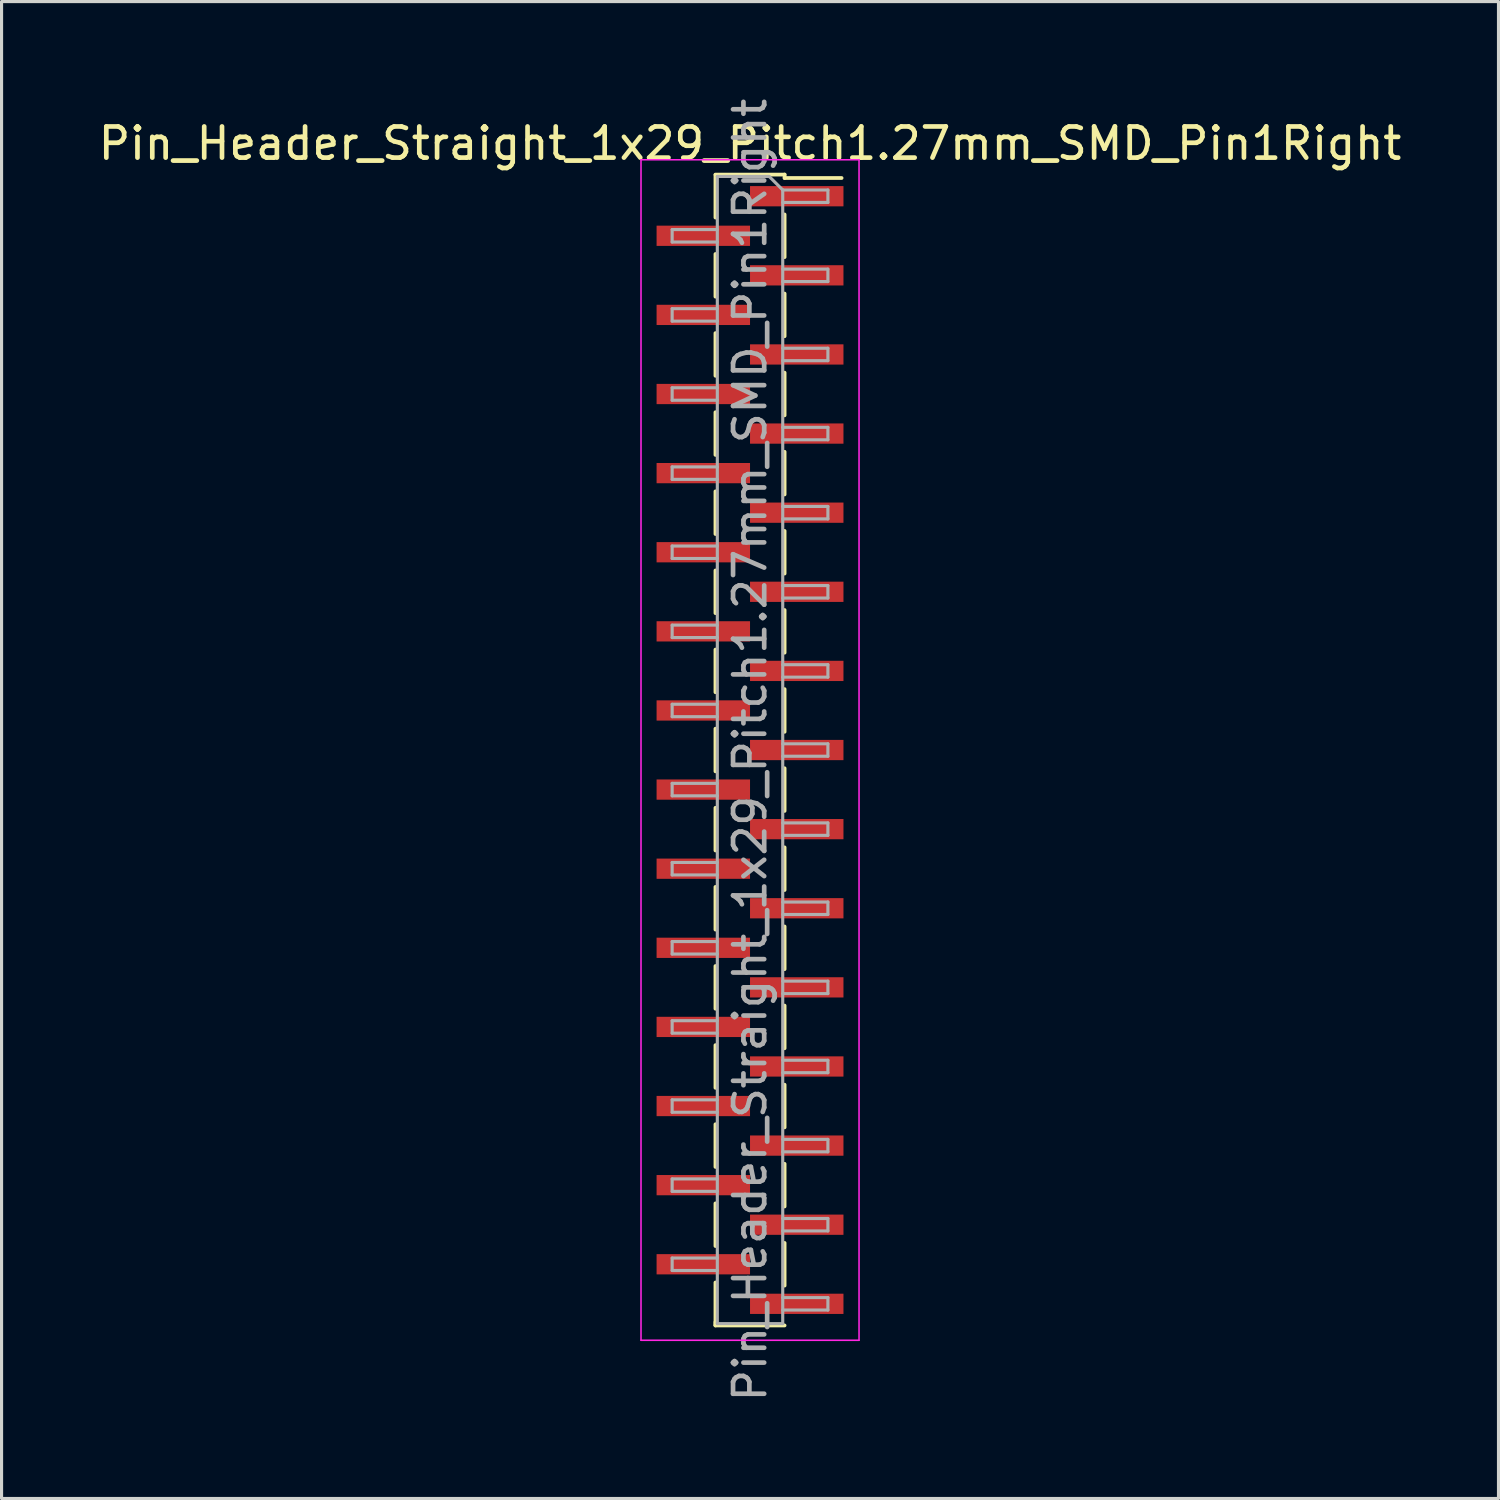
<source format=kicad_pcb>
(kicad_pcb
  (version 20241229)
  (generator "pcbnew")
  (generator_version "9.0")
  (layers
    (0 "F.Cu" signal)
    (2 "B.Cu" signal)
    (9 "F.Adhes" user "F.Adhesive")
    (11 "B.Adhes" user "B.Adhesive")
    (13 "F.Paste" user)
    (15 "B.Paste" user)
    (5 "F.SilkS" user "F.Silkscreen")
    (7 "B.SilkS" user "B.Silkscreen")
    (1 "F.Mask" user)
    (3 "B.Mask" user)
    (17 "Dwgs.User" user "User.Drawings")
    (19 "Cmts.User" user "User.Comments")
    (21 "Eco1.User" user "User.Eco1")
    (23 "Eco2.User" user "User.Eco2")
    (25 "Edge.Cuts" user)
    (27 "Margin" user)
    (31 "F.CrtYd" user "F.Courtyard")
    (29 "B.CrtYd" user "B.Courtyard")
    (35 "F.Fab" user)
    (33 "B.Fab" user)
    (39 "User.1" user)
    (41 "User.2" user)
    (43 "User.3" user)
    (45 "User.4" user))
  (footprint "Pin_Header_Straight_1x29_Pitch1.27mm_SMD_Pin1Right"
    (layer "F.Cu")
    (at 21.03 21.03)
    (property "Reference" "Pin_Header_Straight_1x29_Pitch1.27mm_SMD_Pin1Right" (at 0 -19.475 0) (layer "F.SilkS") (effects (font (size 1 1) (thickness 0.15))))
    (attr smd)
    (fp_line (start -1.11 -18.475) (end 1.11 -18.475) (stroke (width 0.12) (type solid)) (layer "F.SilkS"))
    (fp_line (start -1.11 -18.465) (end -1.11 -17.095) (stroke (width 0.12) (type solid)) (layer "F.SilkS"))
    (fp_line (start -1.11 -15.925) (end -1.11 -14.555) (stroke (width 0.12) (type solid)) (layer "F.SilkS"))
    (fp_line (start -1.11 -13.385) (end -1.11 -12.015) (stroke (width 0.12) (type solid)) (layer "F.SilkS"))
    (fp_line (start -1.11 -10.845) (end -1.11 -9.475) (stroke (width 0.12) (type solid)) (layer "F.SilkS"))
    (fp_line (start -1.11 -8.305) (end -1.11 -6.935) (stroke (width 0.12) (type solid)) (layer "F.SilkS"))
    (fp_line (start -1.11 -5.765) (end -1.11 -4.395) (stroke (width 0.12) (type solid)) (layer "F.SilkS"))
    (fp_line (start -1.11 -3.225) (end -1.11 -1.855) (stroke (width 0.12) (type solid)) (layer "F.SilkS"))
    (fp_line (start -1.11 -0.685) (end -1.11 0.685) (stroke (width 0.12) (type solid)) (layer "F.SilkS"))
    (fp_line (start -1.11 1.855) (end -1.11 3.225) (stroke (width 0.12) (type solid)) (layer "F.SilkS"))
    (fp_line (start -1.11 4.395) (end -1.11 5.765) (stroke (width 0.12) (type solid)) (layer "F.SilkS"))
    (fp_line (start -1.11 6.935) (end -1.11 8.305) (stroke (width 0.12) (type solid)) (layer "F.SilkS"))
    (fp_line (start -1.11 9.475) (end -1.11 10.845) (stroke (width 0.12) (type solid)) (layer "F.SilkS"))
    (fp_line (start -1.11 12.015) (end -1.11 13.385) (stroke (width 0.12) (type solid)) (layer "F.SilkS"))
    (fp_line (start -1.11 14.555) (end -1.11 15.925) (stroke (width 0.12) (type solid)) (layer "F.SilkS"))
    (fp_line (start -1.11 17.095) (end -1.11 18.465) (stroke (width 0.12) (type solid)) (layer "F.SilkS"))
    (fp_line (start -1.11 18.365) (end -1.11 18.475) (stroke (width 0.12) (type solid)) (layer "F.SilkS"))
    (fp_line (start -1.11 18.475) (end 1.11 18.475) (stroke (width 0.12) (type solid)) (layer "F.SilkS"))
    (fp_line (start 1.11 -18.475) (end 1.11 -18.365) (stroke (width 0.12) (type solid)) (layer "F.SilkS"))
    (fp_line (start 1.11 -18.365) (end 2.94 -18.365) (stroke (width 0.12) (type solid)) (layer "F.SilkS"))
    (fp_line (start 1.11 -17.195) (end 1.11 -15.825) (stroke (width 0.12) (type solid)) (layer "F.SilkS"))
    (fp_line (start 1.11 -14.655) (end 1.11 -13.285) (stroke (width 0.12) (type solid)) (layer "F.SilkS"))
    (fp_line (start 1.11 -12.115) (end 1.11 -10.745) (stroke (width 0.12) (type solid)) (layer "F.SilkS"))
    (fp_line (start 1.11 -9.575) (end 1.11 -8.205) (stroke (width 0.12) (type solid)) (layer "F.SilkS"))
    (fp_line (start 1.11 -7.035) (end 1.11 -5.665) (stroke (width 0.12) (type solid)) (layer "F.SilkS"))
    (fp_line (start 1.11 -4.495) (end 1.11 -3.125) (stroke (width 0.12) (type solid)) (layer "F.SilkS"))
    (fp_line (start 1.11 -1.955) (end 1.11 -0.585) (stroke (width 0.12) (type solid)) (layer "F.SilkS"))
    (fp_line (start 1.11 0.585) (end 1.11 1.955) (stroke (width 0.12) (type solid)) (layer "F.SilkS"))
    (fp_line (start 1.11 3.125) (end 1.11 4.495) (stroke (width 0.12) (type solid)) (layer "F.SilkS"))
    (fp_line (start 1.11 5.665) (end 1.11 7.035) (stroke (width 0.12) (type solid)) (layer "F.SilkS"))
    (fp_line (start 1.11 8.205) (end 1.11 9.575) (stroke (width 0.12) (type solid)) (layer "F.SilkS"))
    (fp_line (start 1.11 10.745) (end 1.11 12.115) (stroke (width 0.12) (type solid)) (layer "F.SilkS"))
    (fp_line (start 1.11 13.285) (end 1.11 14.655) (stroke (width 0.12) (type solid)) (layer "F.SilkS"))
    (fp_line (start 1.11 15.825) (end 1.11 17.195) (stroke (width 0.12) (type solid)) (layer "F.SilkS"))
    (fp_line (start -3.5 -18.95) (end -3.5 18.95) (stroke (width 0.05) (type solid)) (layer "F.CrtYd"))
    (fp_line (start -3.5 18.95) (end 3.5 18.95) (stroke (width 0.05) (type solid)) (layer "F.CrtYd"))
    (fp_line (start 3.5 -18.95) (end -3.5 -18.95) (stroke (width 0.05) (type solid)) (layer "F.CrtYd"))
    (fp_line (start 3.5 18.95) (end 3.5 -18.95) (stroke (width 0.05) (type solid)) (layer "F.CrtYd"))
    (fp_line (start -2.5 -16.71) (end -2.5 -16.31) (stroke (width 0.1) (type solid)) (layer "F.Fab"))
    (fp_line (start -2.5 -16.31) (end -1.05 -16.31) (stroke (width 0.1) (type solid)) (layer "F.Fab"))
    (fp_line (start -2.5 -14.17) (end -2.5 -13.77) (stroke (width 0.1) (type solid)) (layer "F.Fab"))
    (fp_line (start -2.5 -13.77) (end -1.05 -13.77) (stroke (width 0.1) (type solid)) (layer "F.Fab"))
    (fp_line (start -2.5 -11.63) (end -2.5 -11.23) (stroke (width 0.1) (type solid)) (layer "F.Fab"))
    (fp_line (start -2.5 -11.23) (end -1.05 -11.23) (stroke (width 0.1) (type solid)) (layer "F.Fab"))
    (fp_line (start -2.5 -9.09) (end -2.5 -8.69) (stroke (width 0.1) (type solid)) (layer "F.Fab"))
    (fp_line (start -2.5 -8.69) (end -1.05 -8.69) (stroke (width 0.1) (type solid)) (layer "F.Fab"))
    (fp_line (start -2.5 -6.55) (end -2.5 -6.15) (stroke (width 0.1) (type solid)) (layer "F.Fab"))
    (fp_line (start -2.5 -6.15) (end -1.05 -6.15) (stroke (width 0.1) (type solid)) (layer "F.Fab"))
    (fp_line (start -2.5 -4.01) (end -2.5 -3.61) (stroke (width 0.1) (type solid)) (layer "F.Fab"))
    (fp_line (start -2.5 -3.61) (end -1.05 -3.61) (stroke (width 0.1) (type solid)) (layer "F.Fab"))
    (fp_line (start -2.5 -1.47) (end -2.5 -1.07) (stroke (width 0.1) (type solid)) (layer "F.Fab"))
    (fp_line (start -2.5 -1.07) (end -1.05 -1.07) (stroke (width 0.1) (type solid)) (layer "F.Fab"))
    (fp_line (start -2.5 1.07) (end -2.5 1.47) (stroke (width 0.1) (type solid)) (layer "F.Fab"))
    (fp_line (start -2.5 1.47) (end -1.05 1.47) (stroke (width 0.1) (type solid)) (layer "F.Fab"))
    (fp_line (start -2.5 3.61) (end -2.5 4.01) (stroke (width 0.1) (type solid)) (layer "F.Fab"))
    (fp_line (start -2.5 4.01) (end -1.05 4.01) (stroke (width 0.1) (type solid)) (layer "F.Fab"))
    (fp_line (start -2.5 6.15) (end -2.5 6.55) (stroke (width 0.1) (type solid)) (layer "F.Fab"))
    (fp_line (start -2.5 6.55) (end -1.05 6.55) (stroke (width 0.1) (type solid)) (layer "F.Fab"))
    (fp_line (start -2.5 8.69) (end -2.5 9.09) (stroke (width 0.1) (type solid)) (layer "F.Fab"))
    (fp_line (start -2.5 9.09) (end -1.05 9.09) (stroke (width 0.1) (type solid)) (layer "F.Fab"))
    (fp_line (start -2.5 11.23) (end -2.5 11.63) (stroke (width 0.1) (type solid)) (layer "F.Fab"))
    (fp_line (start -2.5 11.63) (end -1.05 11.63) (stroke (width 0.1) (type solid)) (layer "F.Fab"))
    (fp_line (start -2.5 13.77) (end -2.5 14.17) (stroke (width 0.1) (type solid)) (layer "F.Fab"))
    (fp_line (start -2.5 14.17) (end -1.05 14.17) (stroke (width 0.1) (type solid)) (layer "F.Fab"))
    (fp_line (start -2.5 16.31) (end -2.5 16.71) (stroke (width 0.1) (type solid)) (layer "F.Fab"))
    (fp_line (start -2.5 16.71) (end -1.05 16.71) (stroke (width 0.1) (type solid)) (layer "F.Fab"))
    (fp_line (start -1.05 -18.415) (end -1.05 18.415) (stroke (width 0.1) (type solid)) (layer "F.Fab"))
    (fp_line (start -1.05 -18.415) (end 0.615 -18.415) (stroke (width 0.1) (type solid)) (layer "F.Fab"))
    (fp_line (start -1.05 -16.71) (end -2.5 -16.71) (stroke (width 0.1) (type solid)) (layer "F.Fab"))
    (fp_line (start -1.05 -14.17) (end -2.5 -14.17) (stroke (width 0.1) (type solid)) (layer "F.Fab"))
    (fp_line (start -1.05 -11.63) (end -2.5 -11.63) (stroke (width 0.1) (type solid)) (layer "F.Fab"))
    (fp_line (start -1.05 -9.09) (end -2.5 -9.09) (stroke (width 0.1) (type solid)) (layer "F.Fab"))
    (fp_line (start -1.05 -6.55) (end -2.5 -6.55) (stroke (width 0.1) (type solid)) (layer "F.Fab"))
    (fp_line (start -1.05 -4.01) (end -2.5 -4.01) (stroke (width 0.1) (type solid)) (layer "F.Fab"))
    (fp_line (start -1.05 -1.47) (end -2.5 -1.47) (stroke (width 0.1) (type solid)) (layer "F.Fab"))
    (fp_line (start -1.05 1.07) (end -2.5 1.07) (stroke (width 0.1) (type solid)) (layer "F.Fab"))
    (fp_line (start -1.05 3.61) (end -2.5 3.61) (stroke (width 0.1) (type solid)) (layer "F.Fab"))
    (fp_line (start -1.05 6.15) (end -2.5 6.15) (stroke (width 0.1) (type solid)) (layer "F.Fab"))
    (fp_line (start -1.05 8.69) (end -2.5 8.69) (stroke (width 0.1) (type solid)) (layer "F.Fab"))
    (fp_line (start -1.05 11.23) (end -2.5 11.23) (stroke (width 0.1) (type solid)) (layer "F.Fab"))
    (fp_line (start -1.05 13.77) (end -2.5 13.77) (stroke (width 0.1) (type solid)) (layer "F.Fab"))
    (fp_line (start -1.05 16.31) (end -2.5 16.31) (stroke (width 0.1) (type solid)) (layer "F.Fab"))
    (fp_line (start 1.05 -17.98) (end 0.615 -18.415) (stroke (width 0.1) (type solid)) (layer "F.Fab"))
    (fp_line (start 1.05 -17.98) (end 2.5 -17.98) (stroke (width 0.1) (type solid)) (layer "F.Fab"))
    (fp_line (start 1.05 -15.44) (end 2.5 -15.44) (stroke (width 0.1) (type solid)) (layer "F.Fab"))
    (fp_line (start 1.05 -12.9) (end 2.5 -12.9) (stroke (width 0.1) (type solid)) (layer "F.Fab"))
    (fp_line (start 1.05 -10.36) (end 2.5 -10.36) (stroke (width 0.1) (type solid)) (layer "F.Fab"))
    (fp_line (start 1.05 -7.82) (end 2.5 -7.82) (stroke (width 0.1) (type solid)) (layer "F.Fab"))
    (fp_line (start 1.05 -5.28) (end 2.5 -5.28) (stroke (width 0.1) (type solid)) (layer "F.Fab"))
    (fp_line (start 1.05 -2.74) (end 2.5 -2.74) (stroke (width 0.1) (type solid)) (layer "F.Fab"))
    (fp_line (start 1.05 -0.2) (end 2.5 -0.2) (stroke (width 0.1) (type solid)) (layer "F.Fab"))
    (fp_line (start 1.05 2.34) (end 2.5 2.34) (stroke (width 0.1) (type solid)) (layer "F.Fab"))
    (fp_line (start 1.05 4.88) (end 2.5 4.88) (stroke (width 0.1) (type solid)) (layer "F.Fab"))
    (fp_line (start 1.05 7.42) (end 2.5 7.42) (stroke (width 0.1) (type solid)) (layer "F.Fab"))
    (fp_line (start 1.05 9.96) (end 2.5 9.96) (stroke (width 0.1) (type solid)) (layer "F.Fab"))
    (fp_line (start 1.05 12.5) (end 2.5 12.5) (stroke (width 0.1) (type solid)) (layer "F.Fab"))
    (fp_line (start 1.05 15.04) (end 2.5 15.04) (stroke (width 0.1) (type solid)) (layer "F.Fab"))
    (fp_line (start 1.05 17.58) (end 2.5 17.58) (stroke (width 0.1) (type solid)) (layer "F.Fab"))
    (fp_line (start 1.05 18.415) (end -1.05 18.415) (stroke (width 0.1) (type solid)) (layer "F.Fab"))
    (fp_line (start 1.05 18.415) (end 1.05 -17.98) (stroke (width 0.1) (type solid)) (layer "F.Fab"))
    (fp_line (start 2.5 -17.98) (end 2.5 -17.58) (stroke (width 0.1) (type solid)) (layer "F.Fab"))
    (fp_line (start 2.5 -17.58) (end 1.05 -17.58) (stroke (width 0.1) (type solid)) (layer "F.Fab"))
    (fp_line (start 2.5 -15.44) (end 2.5 -15.04) (stroke (width 0.1) (type solid)) (layer "F.Fab"))
    (fp_line (start 2.5 -15.04) (end 1.05 -15.04) (stroke (width 0.1) (type solid)) (layer "F.Fab"))
    (fp_line (start 2.5 -12.9) (end 2.5 -12.5) (stroke (width 0.1) (type solid)) (layer "F.Fab"))
    (fp_line (start 2.5 -12.5) (end 1.05 -12.5) (stroke (width 0.1) (type solid)) (layer "F.Fab"))
    (fp_line (start 2.5 -10.36) (end 2.5 -9.96) (stroke (width 0.1) (type solid)) (layer "F.Fab"))
    (fp_line (start 2.5 -9.96) (end 1.05 -9.96) (stroke (width 0.1) (type solid)) (layer "F.Fab"))
    (fp_line (start 2.5 -7.82) (end 2.5 -7.42) (stroke (width 0.1) (type solid)) (layer "F.Fab"))
    (fp_line (start 2.5 -7.42) (end 1.05 -7.42) (stroke (width 0.1) (type solid)) (layer "F.Fab"))
    (fp_line (start 2.5 -5.28) (end 2.5 -4.88) (stroke (width 0.1) (type solid)) (layer "F.Fab"))
    (fp_line (start 2.5 -4.88) (end 1.05 -4.88) (stroke (width 0.1) (type solid)) (layer "F.Fab"))
    (fp_line (start 2.5 -2.74) (end 2.5 -2.34) (stroke (width 0.1) (type solid)) (layer "F.Fab"))
    (fp_line (start 2.5 -2.34) (end 1.05 -2.34) (stroke (width 0.1) (type solid)) (layer "F.Fab"))
    (fp_line (start 2.5 -0.2) (end 2.5 0.2) (stroke (width 0.1) (type solid)) (layer "F.Fab"))
    (fp_line (start 2.5 0.2) (end 1.05 0.2) (stroke (width 0.1) (type solid)) (layer "F.Fab"))
    (fp_line (start 2.5 2.34) (end 2.5 2.74) (stroke (width 0.1) (type solid)) (layer "F.Fab"))
    (fp_line (start 2.5 2.74) (end 1.05 2.74) (stroke (width 0.1) (type solid)) (layer "F.Fab"))
    (fp_line (start 2.5 4.88) (end 2.5 5.28) (stroke (width 0.1) (type solid)) (layer "F.Fab"))
    (fp_line (start 2.5 5.28) (end 1.05 5.28) (stroke (width 0.1) (type solid)) (layer "F.Fab"))
    (fp_line (start 2.5 7.42) (end 2.5 7.82) (stroke (width 0.1) (type solid)) (layer "F.Fab"))
    (fp_line (start 2.5 7.82) (end 1.05 7.82) (stroke (width 0.1) (type solid)) (layer "F.Fab"))
    (fp_line (start 2.5 9.96) (end 2.5 10.36) (stroke (width 0.1) (type solid)) (layer "F.Fab"))
    (fp_line (start 2.5 10.36) (end 1.05 10.36) (stroke (width 0.1) (type solid)) (layer "F.Fab"))
    (fp_line (start 2.5 12.5) (end 2.5 12.9) (stroke (width 0.1) (type solid)) (layer "F.Fab"))
    (fp_line (start 2.5 12.9) (end 1.05 12.9) (stroke (width 0.1) (type solid)) (layer "F.Fab"))
    (fp_line (start 2.5 15.04) (end 2.5 15.44) (stroke (width 0.1) (type solid)) (layer "F.Fab"))
    (fp_line (start 2.5 15.44) (end 1.05 15.44) (stroke (width 0.1) (type solid)) (layer "F.Fab"))
    (fp_line (start 2.5 17.58) (end 2.5 17.98) (stroke (width 0.1) (type solid)) (layer "F.Fab"))
    (fp_line (start 2.5 17.98) (end 1.05 17.98) (stroke (width 0.1) (type solid)) (layer "F.Fab"))
    (fp_text user "${REFERENCE}" (at 0 0 90) (layer "F.Fab") (effects (font (size 1 1) (thickness 0.15))))
    (pad "1" smd rect (at 1.5 -17.78) (size 3 0.65) (layers "F.Cu" "F.Mask" "F.Paste"))
    (pad "2" smd rect (at -1.5 -16.51) (size 3 0.65) (layers "F.Cu" "F.Mask" "F.Paste"))
    (pad "3" smd rect (at 1.5 -15.24) (size 3 0.65) (layers "F.Cu" "F.Mask" "F.Paste"))
    (pad "4" smd rect (at -1.5 -13.97) (size 3 0.65) (layers "F.Cu" "F.Mask" "F.Paste"))
    (pad "5" smd rect (at 1.5 -12.7) (size 3 0.65) (layers "F.Cu" "F.Mask" "F.Paste"))
    (pad "6" smd rect (at -1.5 -11.43) (size 3 0.65) (layers "F.Cu" "F.Mask" "F.Paste"))
    (pad "7" smd rect (at 1.5 -10.16) (size 3 0.65) (layers "F.Cu" "F.Mask" "F.Paste"))
    (pad "8" smd rect (at -1.5 -8.89) (size 3 0.65) (layers "F.Cu" "F.Mask" "F.Paste"))
    (pad "9" smd rect (at 1.5 -7.62) (size 3 0.65) (layers "F.Cu" "F.Mask" "F.Paste"))
    (pad "10" smd rect (at -1.5 -6.35) (size 3 0.65) (layers "F.Cu" "F.Mask" "F.Paste"))
    (pad "11" smd rect (at 1.5 -5.08) (size 3 0.65) (layers "F.Cu" "F.Mask" "F.Paste"))
    (pad "12" smd rect (at -1.5 -3.81) (size 3 0.65) (layers "F.Cu" "F.Mask" "F.Paste"))
    (pad "13" smd rect (at 1.5 -2.54) (size 3 0.65) (layers "F.Cu" "F.Mask" "F.Paste"))
    (pad "14" smd rect (at -1.5 -1.27) (size 3 0.65) (layers "F.Cu" "F.Mask" "F.Paste"))
    (pad "15" smd rect (at 1.5 0) (size 3 0.65) (layers "F.Cu" "F.Mask" "F.Paste"))
    (pad "16" smd rect (at -1.5 1.27) (size 3 0.65) (layers "F.Cu" "F.Mask" "F.Paste"))
    (pad "17" smd rect (at 1.5 2.54) (size 3 0.65) (layers "F.Cu" "F.Mask" "F.Paste"))
    (pad "18" smd rect (at -1.5 3.81) (size 3 0.65) (layers "F.Cu" "F.Mask" "F.Paste"))
    (pad "19" smd rect (at 1.5 5.08) (size 3 0.65) (layers "F.Cu" "F.Mask" "F.Paste"))
    (pad "20" smd rect (at -1.5 6.35) (size 3 0.65) (layers "F.Cu" "F.Mask" "F.Paste"))
    (pad "21" smd rect (at 1.5 7.62) (size 3 0.65) (layers "F.Cu" "F.Mask" "F.Paste"))
    (pad "22" smd rect (at -1.5 8.89) (size 3 0.65) (layers "F.Cu" "F.Mask" "F.Paste"))
    (pad "23" smd rect (at 1.5 10.16) (size 3 0.65) (layers "F.Cu" "F.Mask" "F.Paste"))
    (pad "24" smd rect (at -1.5 11.43) (size 3 0.65) (layers "F.Cu" "F.Mask" "F.Paste"))
    (pad "25" smd rect (at 1.5 12.7) (size 3 0.65) (layers "F.Cu" "F.Mask" "F.Paste"))
    (pad "26" smd rect (at -1.5 13.97) (size 3 0.65) (layers "F.Cu" "F.Mask" "F.Paste"))
    (pad "27" smd rect (at 1.5 15.24) (size 3 0.65) (layers "F.Cu" "F.Mask" "F.Paste"))
    (pad "28" smd rect (at -1.5 16.51) (size 3 0.65) (layers "F.Cu" "F.Mask" "F.Paste"))
    (pad "29" smd rect (at 1.5 17.78) (size 3 0.65) (layers "F.Cu" "F.Mask" "F.Paste")))
  (gr_rect
    (start -3 -3)
    (end 45.06 45.06)
    (stroke (width 0.1) (type default))
    (fill no)
    (layer "Edge.Cuts")))
</source>
